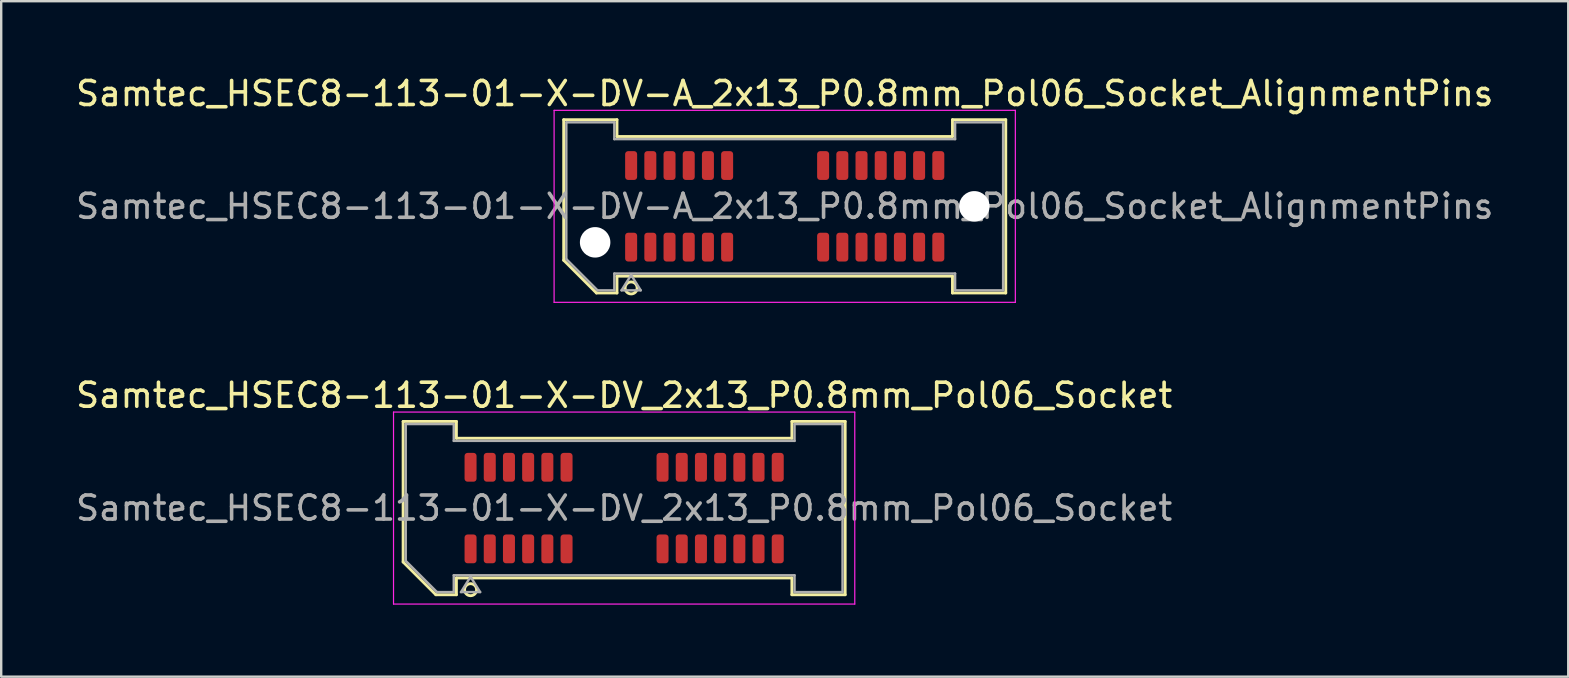
<source format=kicad_pcb>
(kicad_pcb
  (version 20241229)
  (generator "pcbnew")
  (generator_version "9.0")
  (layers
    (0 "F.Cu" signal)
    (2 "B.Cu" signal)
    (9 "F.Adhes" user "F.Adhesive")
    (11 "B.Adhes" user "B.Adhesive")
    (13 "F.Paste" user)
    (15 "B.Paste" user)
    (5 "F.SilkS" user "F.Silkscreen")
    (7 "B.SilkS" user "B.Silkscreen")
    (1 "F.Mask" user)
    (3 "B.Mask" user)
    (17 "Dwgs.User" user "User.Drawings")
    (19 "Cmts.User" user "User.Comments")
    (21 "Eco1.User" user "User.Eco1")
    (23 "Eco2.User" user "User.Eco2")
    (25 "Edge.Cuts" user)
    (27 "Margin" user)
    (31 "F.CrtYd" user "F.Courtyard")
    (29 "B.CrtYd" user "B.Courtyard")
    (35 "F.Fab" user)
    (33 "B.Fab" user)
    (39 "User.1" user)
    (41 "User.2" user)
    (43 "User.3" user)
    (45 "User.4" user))
  (footprint "Samtec_HSEC8-113-01-X-DV_2x13_P0.8mm_Pol06_Socket"
    (layer "F.Cu")
    (at 22.958 18.122)
    (property "Reference" "Samtec_HSEC8-113-01-X-DV_2x13_P0.8mm_Pol06_Socket" (at 0 -4.7 0) (layer "F.SilkS") (effects (font (size 1 1) (thickness 0.15))))
    (attr smd)
    (fp_line (start -9.21 -3.61) (end -6.99 -3.61) (stroke (width 0.12) (type solid)) (layer "F.SilkS"))
    (fp_line (start -9.21 2.246) (end -9.21 -3.61) (stroke (width 0.12) (type solid)) (layer "F.SilkS"))
    (fp_line (start -7.846 3.61) (end -9.21 2.246) (stroke (width 0.12) (type solid)) (layer "F.SilkS"))
    (fp_line (start -6.99 -3.61) (end -6.99 -2.91) (stroke (width 0.12) (type solid)) (layer "F.SilkS"))
    (fp_line (start -6.99 -2.91) (end 6.99 -2.91) (stroke (width 0.12) (type solid)) (layer "F.SilkS"))
    (fp_line (start -6.99 2.91) (end -6.99 3.61) (stroke (width 0.12) (type solid)) (layer "F.SilkS"))
    (fp_line (start -6.99 3.61) (end -7.846 3.61) (stroke (width 0.12) (type solid)) (layer "F.SilkS"))
    (fp_line (start 6.99 -3.61) (end 9.21 -3.61) (stroke (width 0.12) (type solid)) (layer "F.SilkS"))
    (fp_line (start 6.99 -2.91) (end 6.99 -3.61) (stroke (width 0.12) (type solid)) (layer "F.SilkS"))
    (fp_line (start 6.99 2.91) (end -6.99 2.91) (stroke (width 0.12) (type solid)) (layer "F.SilkS"))
    (fp_line (start 6.99 3.61) (end 6.99 2.91) (stroke (width 0.12) (type solid)) (layer "F.SilkS"))
    (fp_line (start 9.21 -3.61) (end 9.21 3.61) (stroke (width 0.12) (type solid)) (layer "F.SilkS"))
    (fp_line (start 9.21 3.61) (end 6.99 3.61) (stroke (width 0.12) (type solid)) (layer "F.SilkS"))
    (fp_arc (start -6.15 3.4) (mid -6.65 3.4) (end -6.15 3.4) (stroke (width 0.12) (type solid)) (layer "F.SilkS"))
    (fp_line (start -9.61 -4) (end -9.61 4) (stroke (width 0.05) (type solid)) (layer "F.CrtYd"))
    (fp_line (start -9.61 4) (end 9.61 4) (stroke (width 0.05) (type solid)) (layer "F.CrtYd"))
    (fp_line (start 9.61 -4) (end -9.61 -4) (stroke (width 0.05) (type solid)) (layer "F.CrtYd"))
    (fp_line (start 9.61 4) (end 9.61 -4) (stroke (width 0.05) (type solid)) (layer "F.CrtYd"))
    (fp_line (start -9.1 -3.5) (end -7.1 -3.5) (stroke (width 0.1) (type solid)) (layer "F.Fab"))
    (fp_line (start -9.1 2.2) (end -9.1 -3.5) (stroke (width 0.1) (type solid)) (layer "F.Fab"))
    (fp_line (start -7.8 3.5) (end -9.1 2.2) (stroke (width 0.1) (type solid)) (layer "F.Fab"))
    (fp_line (start -7.1 -3.5) (end -7.1 -2.8) (stroke (width 0.1) (type solid)) (layer "F.Fab"))
    (fp_line (start -7.1 -2.8) (end 7.1 -2.8) (stroke (width 0.1) (type solid)) (layer "F.Fab"))
    (fp_line (start -7.1 2.8) (end -7.1 3.5) (stroke (width 0.1) (type solid)) (layer "F.Fab"))
    (fp_line (start -7.1 3.5) (end -7.8 3.5) (stroke (width 0.1) (type solid)) (layer "F.Fab"))
    (fp_line (start -6.8 3.5) (end -6.4 2.86) (stroke (width 0.1) (type solid)) (layer "F.Fab"))
    (fp_line (start -6.4 2.86) (end -6 3.5) (stroke (width 0.1) (type solid)) (layer "F.Fab"))
    (fp_line (start -6 3.5) (end -6.8 3.5) (stroke (width 0.1) (type solid)) (layer "F.Fab"))
    (fp_line (start 7.1 -3.5) (end 9.1 -3.5) (stroke (width 0.1) (type solid)) (layer "F.Fab"))
    (fp_line (start 7.1 -2.8) (end 7.1 -3.5) (stroke (width 0.1) (type solid)) (layer "F.Fab"))
    (fp_line (start 7.1 2.8) (end -7.1 2.8) (stroke (width 0.1) (type solid)) (layer "F.Fab"))
    (fp_line (start 7.1 3.5) (end 7.1 2.8) (stroke (width 0.1) (type solid)) (layer "F.Fab"))
    (fp_line (start 9.1 -3.5) (end 9.1 3.5) (stroke (width 0.1) (type solid)) (layer "F.Fab"))
    (fp_line (start 9.1 3.5) (end 7.1 3.5) (stroke (width 0.1) (type solid)) (layer "F.Fab"))
    (fp_text user "${REFERENCE}" (at 0 0 0) (layer "F.Fab") (effects (font (size 1 1) (thickness 0.15))))
    (pad "1" smd roundrect (at -6.4 1.7) (size 0.5 1.2) (layers "F.Cu" "F.Mask" "F.Paste") (roundrect_rratio 0.25))
    (pad "2" smd roundrect (at -6.4 -1.7) (size 0.5 1.2) (layers "F.Cu" "F.Mask" "F.Paste") (roundrect_rratio 0.25))
    (pad "3" smd roundrect (at -5.6 1.7) (size 0.5 1.2) (layers "F.Cu" "F.Mask" "F.Paste") (roundrect_rratio 0.25))
    (pad "4" smd roundrect (at -5.6 -1.7) (size 0.5 1.2) (layers "F.Cu" "F.Mask" "F.Paste") (roundrect_rratio 0.25))
    (pad "5" smd roundrect (at -4.8 1.7) (size 0.5 1.2) (layers "F.Cu" "F.Mask" "F.Paste") (roundrect_rratio 0.25))
    (pad "6" smd roundrect (at -4.8 -1.7) (size 0.5 1.2) (layers "F.Cu" "F.Mask" "F.Paste") (roundrect_rratio 0.25))
    (pad "7" smd roundrect (at -4 1.7) (size 0.5 1.2) (layers "F.Cu" "F.Mask" "F.Paste") (roundrect_rratio 0.25))
    (pad "8" smd roundrect (at -4 -1.7) (size 0.5 1.2) (layers "F.Cu" "F.Mask" "F.Paste") (roundrect_rratio 0.25))
    (pad "9" smd roundrect (at -3.2 1.7) (size 0.5 1.2) (layers "F.Cu" "F.Mask" "F.Paste") (roundrect_rratio 0.25))
    (pad "10" smd roundrect (at -3.2 -1.7) (size 0.5 1.2) (layers "F.Cu" "F.Mask" "F.Paste") (roundrect_rratio 0.25))
    (pad "11" smd roundrect (at -2.4 1.7) (size 0.5 1.2) (layers "F.Cu" "F.Mask" "F.Paste") (roundrect_rratio 0.25))
    (pad "12" smd roundrect (at -2.4 -1.7) (size 0.5 1.2) (layers "F.Cu" "F.Mask" "F.Paste") (roundrect_rratio 0.25))
    (pad "13" smd roundrect (at 1.6 1.7) (size 0.5 1.2) (layers "F.Cu" "F.Mask" "F.Paste") (roundrect_rratio 0.25))
    (pad "14" smd roundrect (at 1.6 -1.7) (size 0.5 1.2) (layers "F.Cu" "F.Mask" "F.Paste") (roundrect_rratio 0.25))
    (pad "15" smd roundrect (at 2.4 1.7) (size 0.5 1.2) (layers "F.Cu" "F.Mask" "F.Paste") (roundrect_rratio 0.25))
    (pad "16" smd roundrect (at 2.4 -1.7) (size 0.5 1.2) (layers "F.Cu" "F.Mask" "F.Paste") (roundrect_rratio 0.25))
    (pad "17" smd roundrect (at 3.2 1.7) (size 0.5 1.2) (layers "F.Cu" "F.Mask" "F.Paste") (roundrect_rratio 0.25))
    (pad "18" smd roundrect (at 3.2 -1.7) (size 0.5 1.2) (layers "F.Cu" "F.Mask" "F.Paste") (roundrect_rratio 0.25))
    (pad "19" smd roundrect (at 4 1.7) (size 0.5 1.2) (layers "F.Cu" "F.Mask" "F.Paste") (roundrect_rratio 0.25))
    (pad "20" smd roundrect (at 4 -1.7) (size 0.5 1.2) (layers "F.Cu" "F.Mask" "F.Paste") (roundrect_rratio 0.25))
    (pad "21" smd roundrect (at 4.8 1.7) (size 0.5 1.2) (layers "F.Cu" "F.Mask" "F.Paste") (roundrect_rratio 0.25))
    (pad "22" smd roundrect (at 4.8 -1.7) (size 0.5 1.2) (layers "F.Cu" "F.Mask" "F.Paste") (roundrect_rratio 0.25))
    (pad "23" smd roundrect (at 5.6 1.7) (size 0.5 1.2) (layers "F.Cu" "F.Mask" "F.Paste") (roundrect_rratio 0.25))
    (pad "24" smd roundrect (at 5.6 -1.7) (size 0.5 1.2) (layers "F.Cu" "F.Mask" "F.Paste") (roundrect_rratio 0.25))
    (pad "25" smd roundrect (at 6.4 1.7) (size 0.5 1.2) (layers "F.Cu" "F.Mask" "F.Paste") (roundrect_rratio 0.25))
    (pad "26" smd roundrect (at 6.4 -1.7) (size 0.5 1.2) (layers "F.Cu" "F.Mask" "F.Paste") (roundrect_rratio 0.25)))
  (footprint "Samtec_HSEC8-113-01-X-DV-A_2x13_P0.8mm_Pol06_Socket_AlignmentPins"
    (layer "F.Cu")
    (at 29.649 5.548)
    (property "Reference" "Samtec_HSEC8-113-01-X-DV-A_2x13_P0.8mm_Pol06_Socket_AlignmentPins" (at 0 -4.7 0) (layer "F.SilkS") (effects (font (size 1 1) (thickness 0.15))))
    (attr smd)
    (fp_line (start -9.21 -3.61) (end -6.99 -3.61) (stroke (width 0.12) (type solid)) (layer "F.SilkS"))
    (fp_line (start -9.21 2.246) (end -9.21 -3.61) (stroke (width 0.12) (type solid)) (layer "F.SilkS"))
    (fp_line (start -7.846 3.61) (end -9.21 2.246) (stroke (width 0.12) (type solid)) (layer "F.SilkS"))
    (fp_line (start -6.99 -3.61) (end -6.99 -2.91) (stroke (width 0.12) (type solid)) (layer "F.SilkS"))
    (fp_line (start -6.99 -2.91) (end 6.99 -2.91) (stroke (width 0.12) (type solid)) (layer "F.SilkS"))
    (fp_line (start -6.99 2.91) (end -6.99 3.61) (stroke (width 0.12) (type solid)) (layer "F.SilkS"))
    (fp_line (start -6.99 3.61) (end -7.846 3.61) (stroke (width 0.12) (type solid)) (layer "F.SilkS"))
    (fp_line (start 6.99 -3.61) (end 9.21 -3.61) (stroke (width 0.12) (type solid)) (layer "F.SilkS"))
    (fp_line (start 6.99 -2.91) (end 6.99 -3.61) (stroke (width 0.12) (type solid)) (layer "F.SilkS"))
    (fp_line (start 6.99 2.91) (end -6.99 2.91) (stroke (width 0.12) (type solid)) (layer "F.SilkS"))
    (fp_line (start 6.99 3.61) (end 6.99 2.91) (stroke (width 0.12) (type solid)) (layer "F.SilkS"))
    (fp_line (start 9.21 -3.61) (end 9.21 3.61) (stroke (width 0.12) (type solid)) (layer "F.SilkS"))
    (fp_line (start 9.21 3.61) (end 6.99 3.61) (stroke (width 0.12) (type solid)) (layer "F.SilkS"))
    (fp_arc (start -6.15 3.4) (mid -6.65 3.4) (end -6.15 3.4) (stroke (width 0.12) (type solid)) (layer "F.SilkS"))
    (fp_line (start -9.61 -4) (end -9.61 4) (stroke (width 0.05) (type solid)) (layer "F.CrtYd"))
    (fp_line (start -9.61 4) (end 9.61 4) (stroke (width 0.05) (type solid)) (layer "F.CrtYd"))
    (fp_line (start 9.61 -4) (end -9.61 -4) (stroke (width 0.05) (type solid)) (layer "F.CrtYd"))
    (fp_line (start 9.61 4) (end 9.61 -4) (stroke (width 0.05) (type solid)) (layer "F.CrtYd"))
    (fp_line (start -9.1 -3.5) (end -7.1 -3.5) (stroke (width 0.1) (type solid)) (layer "F.Fab"))
    (fp_line (start -9.1 2.2) (end -9.1 -3.5) (stroke (width 0.1) (type solid)) (layer "F.Fab"))
    (fp_line (start -7.8 3.5) (end -9.1 2.2) (stroke (width 0.1) (type solid)) (layer "F.Fab"))
    (fp_line (start -7.1 -3.5) (end -7.1 -2.8) (stroke (width 0.1) (type solid)) (layer "F.Fab"))
    (fp_line (start -7.1 -2.8) (end 7.1 -2.8) (stroke (width 0.1) (type solid)) (layer "F.Fab"))
    (fp_line (start -7.1 2.8) (end -7.1 3.5) (stroke (width 0.1) (type solid)) (layer "F.Fab"))
    (fp_line (start -7.1 3.5) (end -7.8 3.5) (stroke (width 0.1) (type solid)) (layer "F.Fab"))
    (fp_line (start -6.8 3.5) (end -6.4 2.86) (stroke (width 0.1) (type solid)) (layer "F.Fab"))
    (fp_line (start -6.4 2.86) (end -6 3.5) (stroke (width 0.1) (type solid)) (layer "F.Fab"))
    (fp_line (start -6 3.5) (end -6.8 3.5) (stroke (width 0.1) (type solid)) (layer "F.Fab"))
    (fp_line (start 7.1 -3.5) (end 9.1 -3.5) (stroke (width 0.1) (type solid)) (layer "F.Fab"))
    (fp_line (start 7.1 -2.8) (end 7.1 -3.5) (stroke (width 0.1) (type solid)) (layer "F.Fab"))
    (fp_line (start 7.1 2.8) (end -7.1 2.8) (stroke (width 0.1) (type solid)) (layer "F.Fab"))
    (fp_line (start 7.1 3.5) (end 7.1 2.8) (stroke (width 0.1) (type solid)) (layer "F.Fab"))
    (fp_line (start 9.1 -3.5) (end 9.1 3.5) (stroke (width 0.1) (type solid)) (layer "F.Fab"))
    (fp_line (start 9.1 3.5) (end 7.1 3.5) (stroke (width 0.1) (type solid)) (layer "F.Fab"))
    (fp_text user "${REFERENCE}" (at 0 0 0) (layer "F.Fab") (effects (font (size 1 1) (thickness 0.15))))
    (pad "" np_thru_hole circle (at -7.9 1.5) (size 1.27 1.27) (drill 1.27) (layers "*.Cu" "*.Mask"))
    (pad "" np_thru_hole circle (at 7.9 0) (size 1.27 1.27) (drill 1.27) (layers "*.Cu" "*.Mask"))
    (pad "1" smd roundrect (at -6.4 1.7) (size 0.5 1.2) (layers "F.Cu" "F.Mask" "F.Paste") (roundrect_rratio 0.25))
    (pad "2" smd roundrect (at -6.4 -1.7) (size 0.5 1.2) (layers "F.Cu" "F.Mask" "F.Paste") (roundrect_rratio 0.25))
    (pad "3" smd roundrect (at -5.6 1.7) (size 0.5 1.2) (layers "F.Cu" "F.Mask" "F.Paste") (roundrect_rratio 0.25))
    (pad "4" smd roundrect (at -5.6 -1.7) (size 0.5 1.2) (layers "F.Cu" "F.Mask" "F.Paste") (roundrect_rratio 0.25))
    (pad "5" smd roundrect (at -4.8 1.7) (size 0.5 1.2) (layers "F.Cu" "F.Mask" "F.Paste") (roundrect_rratio 0.25))
    (pad "6" smd roundrect (at -4.8 -1.7) (size 0.5 1.2) (layers "F.Cu" "F.Mask" "F.Paste") (roundrect_rratio 0.25))
    (pad "7" smd roundrect (at -4 1.7) (size 0.5 1.2) (layers "F.Cu" "F.Mask" "F.Paste") (roundrect_rratio 0.25))
    (pad "8" smd roundrect (at -4 -1.7) (size 0.5 1.2) (layers "F.Cu" "F.Mask" "F.Paste") (roundrect_rratio 0.25))
    (pad "9" smd roundrect (at -3.2 1.7) (size 0.5 1.2) (layers "F.Cu" "F.Mask" "F.Paste") (roundrect_rratio 0.25))
    (pad "10" smd roundrect (at -3.2 -1.7) (size 0.5 1.2) (layers "F.Cu" "F.Mask" "F.Paste") (roundrect_rratio 0.25))
    (pad "11" smd roundrect (at -2.4 1.7) (size 0.5 1.2) (layers "F.Cu" "F.Mask" "F.Paste") (roundrect_rratio 0.25))
    (pad "12" smd roundrect (at -2.4 -1.7) (size 0.5 1.2) (layers "F.Cu" "F.Mask" "F.Paste") (roundrect_rratio 0.25))
    (pad "13" smd roundrect (at 1.6 1.7) (size 0.5 1.2) (layers "F.Cu" "F.Mask" "F.Paste") (roundrect_rratio 0.25))
    (pad "14" smd roundrect (at 1.6 -1.7) (size 0.5 1.2) (layers "F.Cu" "F.Mask" "F.Paste") (roundrect_rratio 0.25))
    (pad "15" smd roundrect (at 2.4 1.7) (size 0.5 1.2) (layers "F.Cu" "F.Mask" "F.Paste") (roundrect_rratio 0.25))
    (pad "16" smd roundrect (at 2.4 -1.7) (size 0.5 1.2) (layers "F.Cu" "F.Mask" "F.Paste") (roundrect_rratio 0.25))
    (pad "17" smd roundrect (at 3.2 1.7) (size 0.5 1.2) (layers "F.Cu" "F.Mask" "F.Paste") (roundrect_rratio 0.25))
    (pad "18" smd roundrect (at 3.2 -1.7) (size 0.5 1.2) (layers "F.Cu" "F.Mask" "F.Paste") (roundrect_rratio 0.25))
    (pad "19" smd roundrect (at 4 1.7) (size 0.5 1.2) (layers "F.Cu" "F.Mask" "F.Paste") (roundrect_rratio 0.25))
    (pad "20" smd roundrect (at 4 -1.7) (size 0.5 1.2) (layers "F.Cu" "F.Mask" "F.Paste") (roundrect_rratio 0.25))
    (pad "21" smd roundrect (at 4.8 1.7) (size 0.5 1.2) (layers "F.Cu" "F.Mask" "F.Paste") (roundrect_rratio 0.25))
    (pad "22" smd roundrect (at 4.8 -1.7) (size 0.5 1.2) (layers "F.Cu" "F.Mask" "F.Paste") (roundrect_rratio 0.25))
    (pad "23" smd roundrect (at 5.6 1.7) (size 0.5 1.2) (layers "F.Cu" "F.Mask" "F.Paste") (roundrect_rratio 0.25))
    (pad "24" smd roundrect (at 5.6 -1.7) (size 0.5 1.2) (layers "F.Cu" "F.Mask" "F.Paste") (roundrect_rratio 0.25))
    (pad "25" smd roundrect (at 6.4 1.7) (size 0.5 1.2) (layers "F.Cu" "F.Mask" "F.Paste") (roundrect_rratio 0.25))
    (pad "26" smd roundrect (at 6.4 -1.7) (size 0.5 1.2) (layers "F.Cu" "F.Mask" "F.Paste") (roundrect_rratio 0.25)))
  (gr_rect
    (start -3 -3)
    (end 62.298 25.146)
    (stroke (width 0.1) (type default))
    (fill no)
    (layer "Edge.Cuts")))
</source>
